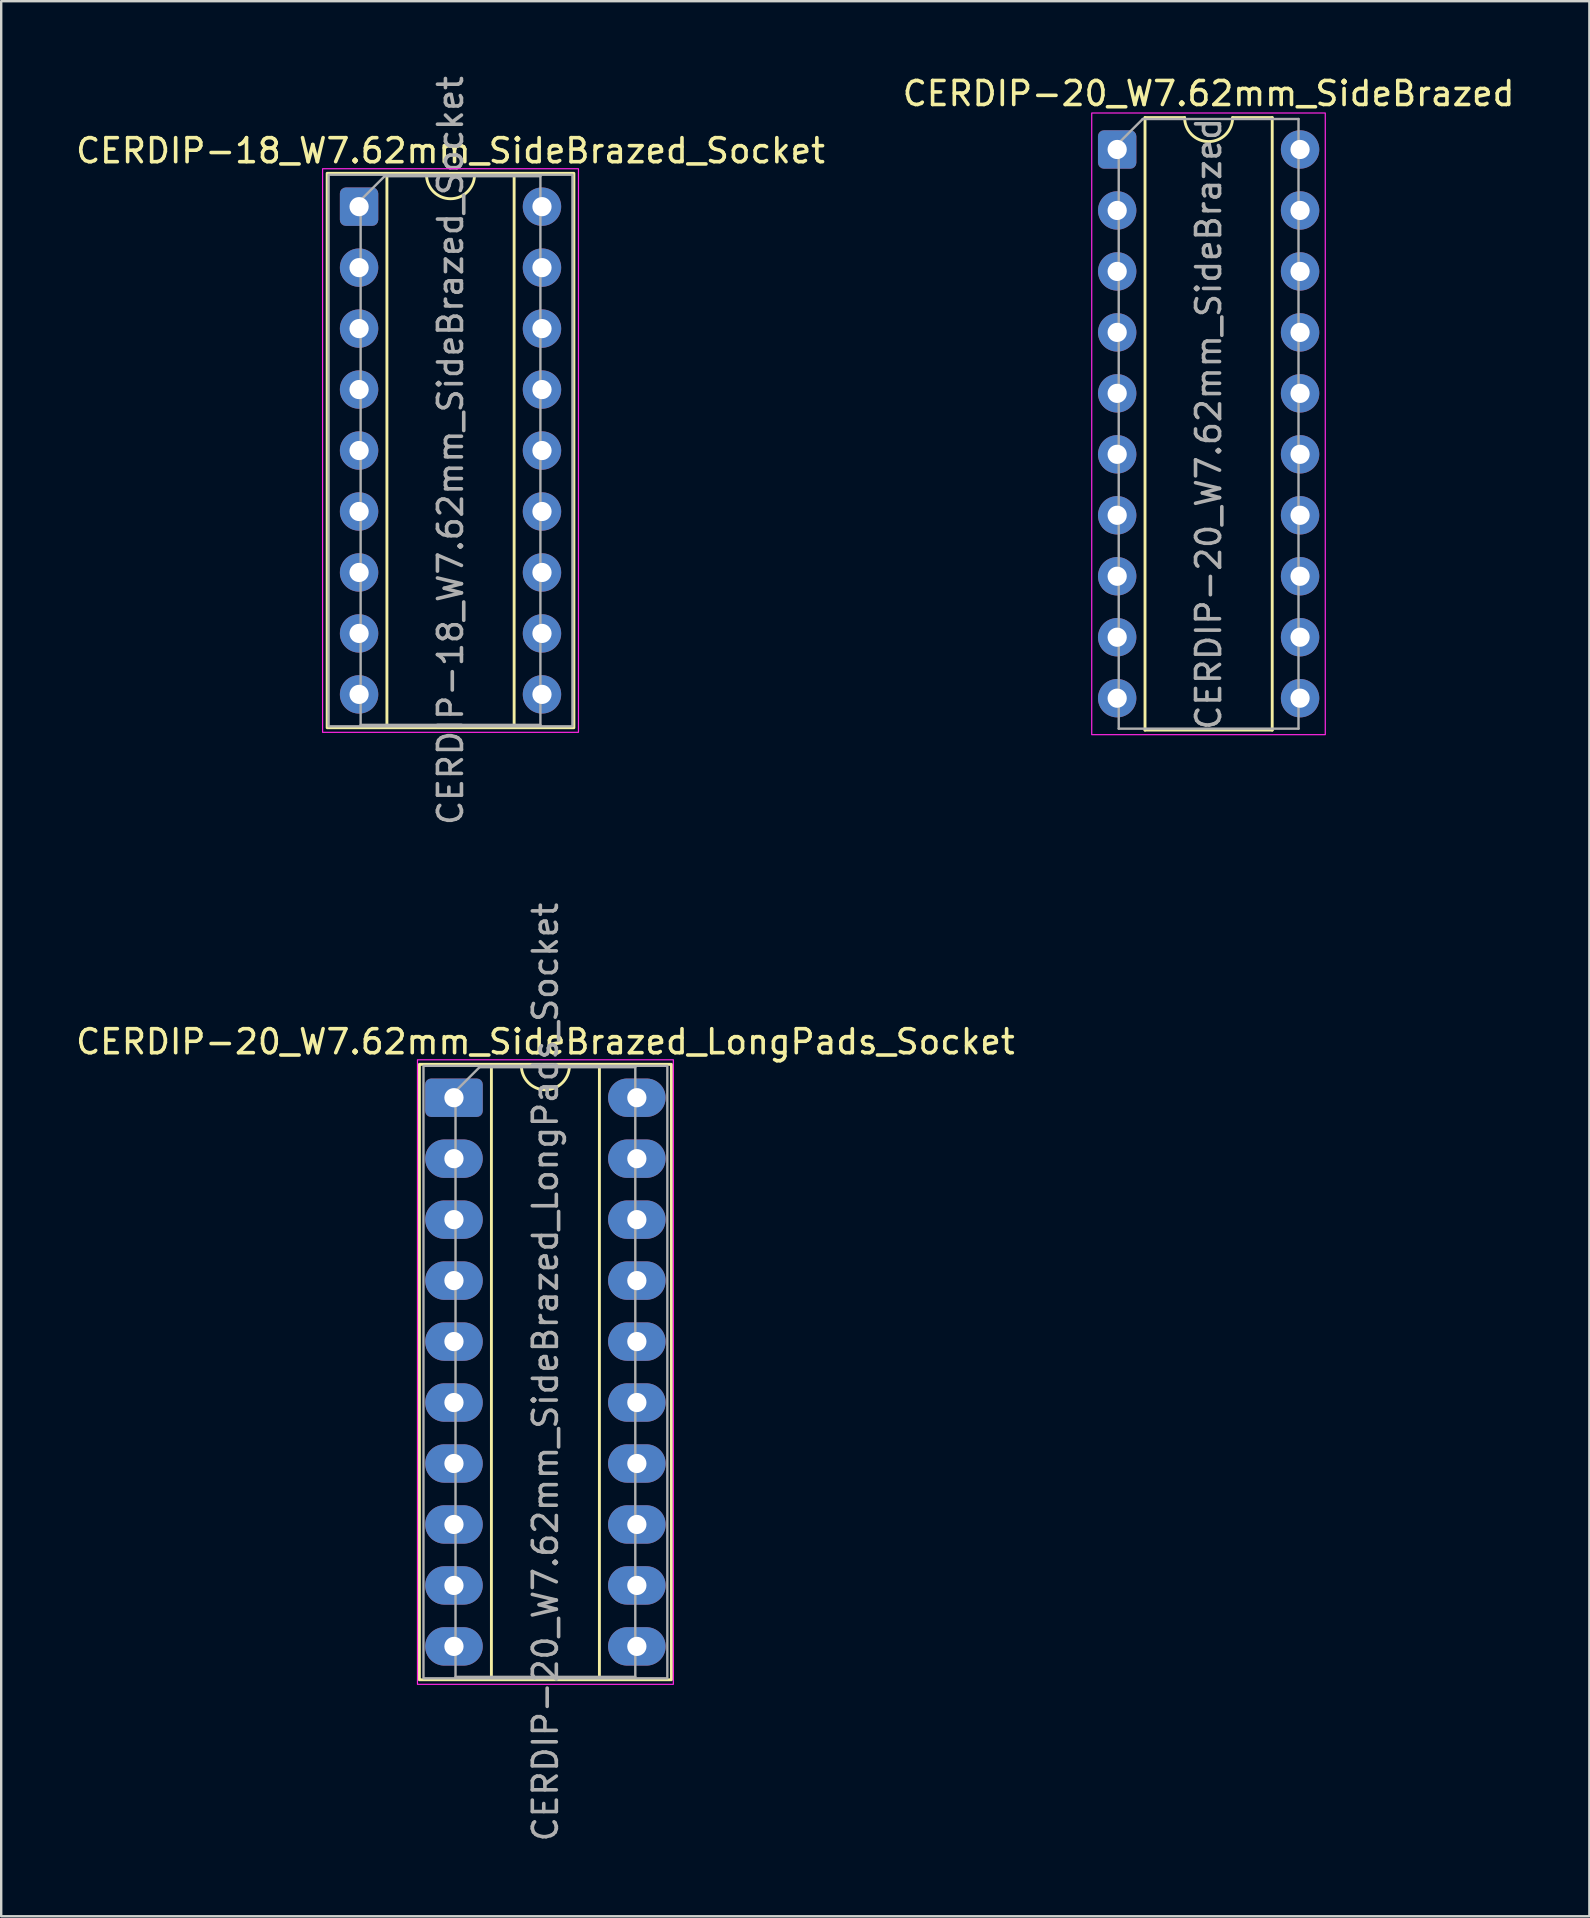
<source format=kicad_pcb>
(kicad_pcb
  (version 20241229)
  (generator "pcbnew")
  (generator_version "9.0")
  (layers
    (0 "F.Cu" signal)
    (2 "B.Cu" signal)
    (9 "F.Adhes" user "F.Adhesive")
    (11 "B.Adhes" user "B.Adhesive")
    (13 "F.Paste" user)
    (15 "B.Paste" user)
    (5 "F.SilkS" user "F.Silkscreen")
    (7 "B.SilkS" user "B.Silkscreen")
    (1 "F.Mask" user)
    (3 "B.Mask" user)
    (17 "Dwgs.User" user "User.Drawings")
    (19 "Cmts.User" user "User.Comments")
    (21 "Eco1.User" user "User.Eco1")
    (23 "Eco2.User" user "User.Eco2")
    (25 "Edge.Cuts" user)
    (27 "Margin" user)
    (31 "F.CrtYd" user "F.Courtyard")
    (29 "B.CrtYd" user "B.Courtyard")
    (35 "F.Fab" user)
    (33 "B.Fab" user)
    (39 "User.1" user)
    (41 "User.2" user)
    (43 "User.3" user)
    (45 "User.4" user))
  (footprint "CERDIP-20_W7.62mm_SideBrazed_LongPads_Socket"
    (layer "F.Cu")
    (at 15.863 42.683)
    (property "Reference" "CERDIP-20_W7.62mm_SideBrazed_LongPads_Socket" (at 3.81 -2.33 0) (layer "F.SilkS") (effects (font (size 1 1) (thickness 0.15))))
    (attr through_hole)
    (fp_line (start 1.56 -1.33) (end 1.56 24.19) (stroke (width 0.12) (type solid)) (layer "F.SilkS"))
    (fp_line (start 1.56 24.19) (end 6.06 24.19) (stroke (width 0.12) (type solid)) (layer "F.SilkS"))
    (fp_line (start 2.81 -1.33) (end 1.56 -1.33) (stroke (width 0.12) (type solid)) (layer "F.SilkS"))
    (fp_line (start 6.06 -1.33) (end 4.81 -1.33) (stroke (width 0.12) (type solid)) (layer "F.SilkS"))
    (fp_line (start 6.06 24.19) (end 6.06 -1.33) (stroke (width 0.12) (type solid)) (layer "F.SilkS"))
    (fp_rect (start -1.44 -1.39) (end 9.06 24.25) (stroke (width 0.12) (type solid)) (fill no) (layer "F.SilkS"))
    (fp_arc (start 4.81 -1.33) (mid 3.81 -0.33) (end 2.81 -1.33) (stroke (width 0.12) (type solid)) (layer "F.SilkS"))
    (fp_rect (start -1.52 -1.58) (end 9.14 24.44) (stroke (width 0.05) (type solid)) (fill no) (layer "F.CrtYd"))
    (fp_line (start 0.065 -0.27) (end 1.065 -1.27) (stroke (width 0.1) (type solid)) (layer "F.Fab"))
    (fp_line (start 0.065 24.13) (end 0.065 -0.27) (stroke (width 0.1) (type solid)) (layer "F.Fab"))
    (fp_line (start 1.065 -1.27) (end 7.555 -1.27) (stroke (width 0.1) (type solid)) (layer "F.Fab"))
    (fp_line (start 7.555 -1.27) (end 7.555 24.13) (stroke (width 0.1) (type solid)) (layer "F.Fab"))
    (fp_line (start 7.555 24.13) (end 0.065 24.13) (stroke (width 0.1) (type solid)) (layer "F.Fab"))
    (fp_rect (start -1.27 -1.33) (end 8.89 24.19) (stroke (width 0.1) (type solid)) (fill no) (layer "F.Fab"))
    (fp_text user "${REFERENCE}" (at 3.81 11.43 90) (layer "F.Fab") (effects (font (size 1 1) (thickness 0.15))))
    (pad "1" thru_hole roundrect (at 0 0) (size 2.4 1.6) (drill 0.8) (layers "*.Cu" "*.Mask") (roundrect_rratio 0.156))
    (pad "2" thru_hole oval (at 0 2.54) (size 2.4 1.6) (drill 0.8) (layers "*.Cu" "*.Mask"))
    (pad "3" thru_hole oval (at 0 5.08) (size 2.4 1.6) (drill 0.8) (layers "*.Cu" "*.Mask"))
    (pad "4" thru_hole oval (at 0 7.62) (size 2.4 1.6) (drill 0.8) (layers "*.Cu" "*.Mask"))
    (pad "5" thru_hole oval (at 0 10.16) (size 2.4 1.6) (drill 0.8) (layers "*.Cu" "*.Mask"))
    (pad "6" thru_hole oval (at 0 12.7) (size 2.4 1.6) (drill 0.8) (layers "*.Cu" "*.Mask"))
    (pad "7" thru_hole oval (at 0 15.24) (size 2.4 1.6) (drill 0.8) (layers "*.Cu" "*.Mask"))
    (pad "8" thru_hole oval (at 0 17.78) (size 2.4 1.6) (drill 0.8) (layers "*.Cu" "*.Mask"))
    (pad "9" thru_hole oval (at 0 20.32) (size 2.4 1.6) (drill 0.8) (layers "*.Cu" "*.Mask"))
    (pad "10" thru_hole oval (at 0 22.86) (size 2.4 1.6) (drill 0.8) (layers "*.Cu" "*.Mask"))
    (pad "11" thru_hole oval (at 7.62 22.86) (size 2.4 1.6) (drill 0.8) (layers "*.Cu" "*.Mask"))
    (pad "12" thru_hole oval (at 7.62 20.32) (size 2.4 1.6) (drill 0.8) (layers "*.Cu" "*.Mask"))
    (pad "13" thru_hole oval (at 7.62 17.78) (size 2.4 1.6) (drill 0.8) (layers "*.Cu" "*.Mask"))
    (pad "14" thru_hole oval (at 7.62 15.24) (size 2.4 1.6) (drill 0.8) (layers "*.Cu" "*.Mask"))
    (pad "15" thru_hole oval (at 7.62 12.7) (size 2.4 1.6) (drill 0.8) (layers "*.Cu" "*.Mask"))
    (pad "16" thru_hole oval (at 7.62 10.16) (size 2.4 1.6) (drill 0.8) (layers "*.Cu" "*.Mask"))
    (pad "17" thru_hole oval (at 7.62 7.62) (size 2.4 1.6) (drill 0.8) (layers "*.Cu" "*.Mask"))
    (pad "18" thru_hole oval (at 7.62 5.08) (size 2.4 1.6) (drill 0.8) (layers "*.Cu" "*.Mask"))
    (pad "19" thru_hole oval (at 7.62 2.54) (size 2.4 1.6) (drill 0.8) (layers "*.Cu" "*.Mask"))
    (pad "20" thru_hole oval (at 7.62 0) (size 2.4 1.6) (drill 0.8) (layers "*.Cu" "*.Mask")))
  (footprint "CERDIP-20_W7.62mm_SideBrazed"
    (layer "F.Cu")
    (at 43.494 3.178)
    (property "Reference" "CERDIP-20_W7.62mm_SideBrazed" (at 3.81 -2.33 0) (layer "F.SilkS") (effects (font (size 1 1) (thickness 0.15))))
    (attr through_hole)
    (fp_line (start 1.16 -1.33) (end 1.16 24.19) (stroke (width 0.12) (type solid)) (layer "F.SilkS"))
    (fp_line (start 1.16 24.19) (end 6.46 24.19) (stroke (width 0.12) (type solid)) (layer "F.SilkS"))
    (fp_line (start 2.81 -1.33) (end 1.16 -1.33) (stroke (width 0.12) (type solid)) (layer "F.SilkS"))
    (fp_line (start 6.46 -1.33) (end 4.81 -1.33) (stroke (width 0.12) (type solid)) (layer "F.SilkS"))
    (fp_line (start 6.46 24.19) (end 6.46 -1.33) (stroke (width 0.12) (type solid)) (layer "F.SilkS"))
    (fp_arc (start 4.81 -1.33) (mid 3.81 -0.33) (end 2.81 -1.33) (stroke (width 0.12) (type solid)) (layer "F.SilkS"))
    (fp_rect (start -1.06 -1.52) (end 8.67 24.38) (stroke (width 0.05) (type solid)) (fill no) (layer "F.CrtYd"))
    (fp_line (start 0.065 -0.27) (end 1.065 -1.27) (stroke (width 0.1) (type solid)) (layer "F.Fab"))
    (fp_line (start 0.065 24.13) (end 0.065 -0.27) (stroke (width 0.1) (type solid)) (layer "F.Fab"))
    (fp_line (start 1.065 -1.27) (end 7.555 -1.27) (stroke (width 0.1) (type solid)) (layer "F.Fab"))
    (fp_line (start 7.555 -1.27) (end 7.555 24.13) (stroke (width 0.1) (type solid)) (layer "F.Fab"))
    (fp_line (start 7.555 24.13) (end 0.065 24.13) (stroke (width 0.1) (type solid)) (layer "F.Fab"))
    (fp_text user "${REFERENCE}" (at 3.81 11.43 90) (layer "F.Fab") (effects (font (size 1 1) (thickness 0.15))))
    (pad "1" thru_hole roundrect (at 0 0) (size 1.6 1.6) (drill 0.8) (layers "*.Cu" "*.Mask") (roundrect_rratio 0.156))
    (pad "2" thru_hole circle (at 0 2.54) (size 1.6 1.6) (drill 0.8) (layers "*.Cu" "*.Mask"))
    (pad "3" thru_hole circle (at 0 5.08) (size 1.6 1.6) (drill 0.8) (layers "*.Cu" "*.Mask"))
    (pad "4" thru_hole circle (at 0 7.62) (size 1.6 1.6) (drill 0.8) (layers "*.Cu" "*.Mask"))
    (pad "5" thru_hole circle (at 0 10.16) (size 1.6 1.6) (drill 0.8) (layers "*.Cu" "*.Mask"))
    (pad "6" thru_hole circle (at 0 12.7) (size 1.6 1.6) (drill 0.8) (layers "*.Cu" "*.Mask"))
    (pad "7" thru_hole circle (at 0 15.24) (size 1.6 1.6) (drill 0.8) (layers "*.Cu" "*.Mask"))
    (pad "8" thru_hole circle (at 0 17.78) (size 1.6 1.6) (drill 0.8) (layers "*.Cu" "*.Mask"))
    (pad "9" thru_hole circle (at 0 20.32) (size 1.6 1.6) (drill 0.8) (layers "*.Cu" "*.Mask"))
    (pad "10" thru_hole circle (at 0 22.86) (size 1.6 1.6) (drill 0.8) (layers "*.Cu" "*.Mask"))
    (pad "11" thru_hole circle (at 7.62 22.86) (size 1.6 1.6) (drill 0.8) (layers "*.Cu" "*.Mask"))
    (pad "12" thru_hole circle (at 7.62 20.32) (size 1.6 1.6) (drill 0.8) (layers "*.Cu" "*.Mask"))
    (pad "13" thru_hole circle (at 7.62 17.78) (size 1.6 1.6) (drill 0.8) (layers "*.Cu" "*.Mask"))
    (pad "14" thru_hole circle (at 7.62 15.24) (size 1.6 1.6) (drill 0.8) (layers "*.Cu" "*.Mask"))
    (pad "15" thru_hole circle (at 7.62 12.7) (size 1.6 1.6) (drill 0.8) (layers "*.Cu" "*.Mask"))
    (pad "16" thru_hole circle (at 7.62 10.16) (size 1.6 1.6) (drill 0.8) (layers "*.Cu" "*.Mask"))
    (pad "17" thru_hole circle (at 7.62 7.62) (size 1.6 1.6) (drill 0.8) (layers "*.Cu" "*.Mask"))
    (pad "18" thru_hole circle (at 7.62 5.08) (size 1.6 1.6) (drill 0.8) (layers "*.Cu" "*.Mask"))
    (pad "19" thru_hole circle (at 7.62 2.54) (size 1.6 1.6) (drill 0.8) (layers "*.Cu" "*.Mask"))
    (pad "20" thru_hole circle (at 7.62 0) (size 1.6 1.6) (drill 0.8) (layers "*.Cu" "*.Mask")))
  (footprint "CERDIP-18_W7.62mm_SideBrazed_Socket"
    (layer "F.Cu")
    (at 11.91 5.56)
    (property "Reference" "CERDIP-18_W7.62mm_SideBrazed_Socket" (at 3.81 -2.33 0) (layer "F.SilkS") (effects (font (size 1 1) (thickness 0.15))))
    (attr through_hole)
    (fp_line (start 1.16 -1.33) (end 1.16 21.65) (stroke (width 0.12) (type solid)) (layer "F.SilkS"))
    (fp_line (start 1.16 21.65) (end 6.46 21.65) (stroke (width 0.12) (type solid)) (layer "F.SilkS"))
    (fp_line (start 2.81 -1.33) (end 1.16 -1.33) (stroke (width 0.12) (type solid)) (layer "F.SilkS"))
    (fp_line (start 6.46 -1.33) (end 4.81 -1.33) (stroke (width 0.12) (type solid)) (layer "F.SilkS"))
    (fp_line (start 6.46 21.65) (end 6.46 -1.33) (stroke (width 0.12) (type solid)) (layer "F.SilkS"))
    (fp_rect (start -1.33 -1.39) (end 8.95 21.71) (stroke (width 0.12) (type solid)) (fill no) (layer "F.SilkS"))
    (fp_arc (start 4.81 -1.33) (mid 3.81 -0.33) (end 2.81 -1.33) (stroke (width 0.12) (type solid)) (layer "F.SilkS"))
    (fp_rect (start -1.52 -1.58) (end 9.14 21.9) (stroke (width 0.05) (type solid)) (fill no) (layer "F.CrtYd"))
    (fp_line (start 0.065 -0.27) (end 1.065 -1.27) (stroke (width 0.1) (type solid)) (layer "F.Fab"))
    (fp_line (start 0.065 21.59) (end 0.065 -0.27) (stroke (width 0.1) (type solid)) (layer "F.Fab"))
    (fp_line (start 1.065 -1.27) (end 7.555 -1.27) (stroke (width 0.1) (type solid)) (layer "F.Fab"))
    (fp_line (start 7.555 -1.27) (end 7.555 21.59) (stroke (width 0.1) (type solid)) (layer "F.Fab"))
    (fp_line (start 7.555 21.59) (end 0.065 21.59) (stroke (width 0.1) (type solid)) (layer "F.Fab"))
    (fp_rect (start -1.27 -1.33) (end 8.89 21.65) (stroke (width 0.1) (type solid)) (fill no) (layer "F.Fab"))
    (fp_text user "${REFERENCE}" (at 3.81 10.16 90) (layer "F.Fab") (effects (font (size 1 1) (thickness 0.15))))
    (pad "1" thru_hole roundrect (at 0 0) (size 1.6 1.6) (drill 0.8) (layers "*.Cu" "*.Mask") (roundrect_rratio 0.156))
    (pad "2" thru_hole circle (at 0 2.54) (size 1.6 1.6) (drill 0.8) (layers "*.Cu" "*.Mask"))
    (pad "3" thru_hole circle (at 0 5.08) (size 1.6 1.6) (drill 0.8) (layers "*.Cu" "*.Mask"))
    (pad "4" thru_hole circle (at 0 7.62) (size 1.6 1.6) (drill 0.8) (layers "*.Cu" "*.Mask"))
    (pad "5" thru_hole circle (at 0 10.16) (size 1.6 1.6) (drill 0.8) (layers "*.Cu" "*.Mask"))
    (pad "6" thru_hole circle (at 0 12.7) (size 1.6 1.6) (drill 0.8) (layers "*.Cu" "*.Mask"))
    (pad "7" thru_hole circle (at 0 15.24) (size 1.6 1.6) (drill 0.8) (layers "*.Cu" "*.Mask"))
    (pad "8" thru_hole circle (at 0 17.78) (size 1.6 1.6) (drill 0.8) (layers "*.Cu" "*.Mask"))
    (pad "9" thru_hole circle (at 0 20.32) (size 1.6 1.6) (drill 0.8) (layers "*.Cu" "*.Mask"))
    (pad "10" thru_hole circle (at 7.62 20.32) (size 1.6 1.6) (drill 0.8) (layers "*.Cu" "*.Mask"))
    (pad "11" thru_hole circle (at 7.62 17.78) (size 1.6 1.6) (drill 0.8) (layers "*.Cu" "*.Mask"))
    (pad "12" thru_hole circle (at 7.62 15.24) (size 1.6 1.6) (drill 0.8) (layers "*.Cu" "*.Mask"))
    (pad "13" thru_hole circle (at 7.62 12.7) (size 1.6 1.6) (drill 0.8) (layers "*.Cu" "*.Mask"))
    (pad "14" thru_hole circle (at 7.62 10.16) (size 1.6 1.6) (drill 0.8) (layers "*.Cu" "*.Mask"))
    (pad "15" thru_hole circle (at 7.62 7.62) (size 1.6 1.6) (drill 0.8) (layers "*.Cu" "*.Mask"))
    (pad "16" thru_hole circle (at 7.62 5.08) (size 1.6 1.6) (drill 0.8) (layers "*.Cu" "*.Mask"))
    (pad "17" thru_hole circle (at 7.62 2.54) (size 1.6 1.6) (drill 0.8) (layers "*.Cu" "*.Mask"))
    (pad "18" thru_hole circle (at 7.62 0) (size 1.6 1.6) (drill 0.8) (layers "*.Cu" "*.Mask")))
  (gr_rect
    (start -3 -3)
    (end 63.167 76.786)
    (stroke (width 0.1) (type default))
    (fill no)
    (layer "Edge.Cuts")))
</source>
